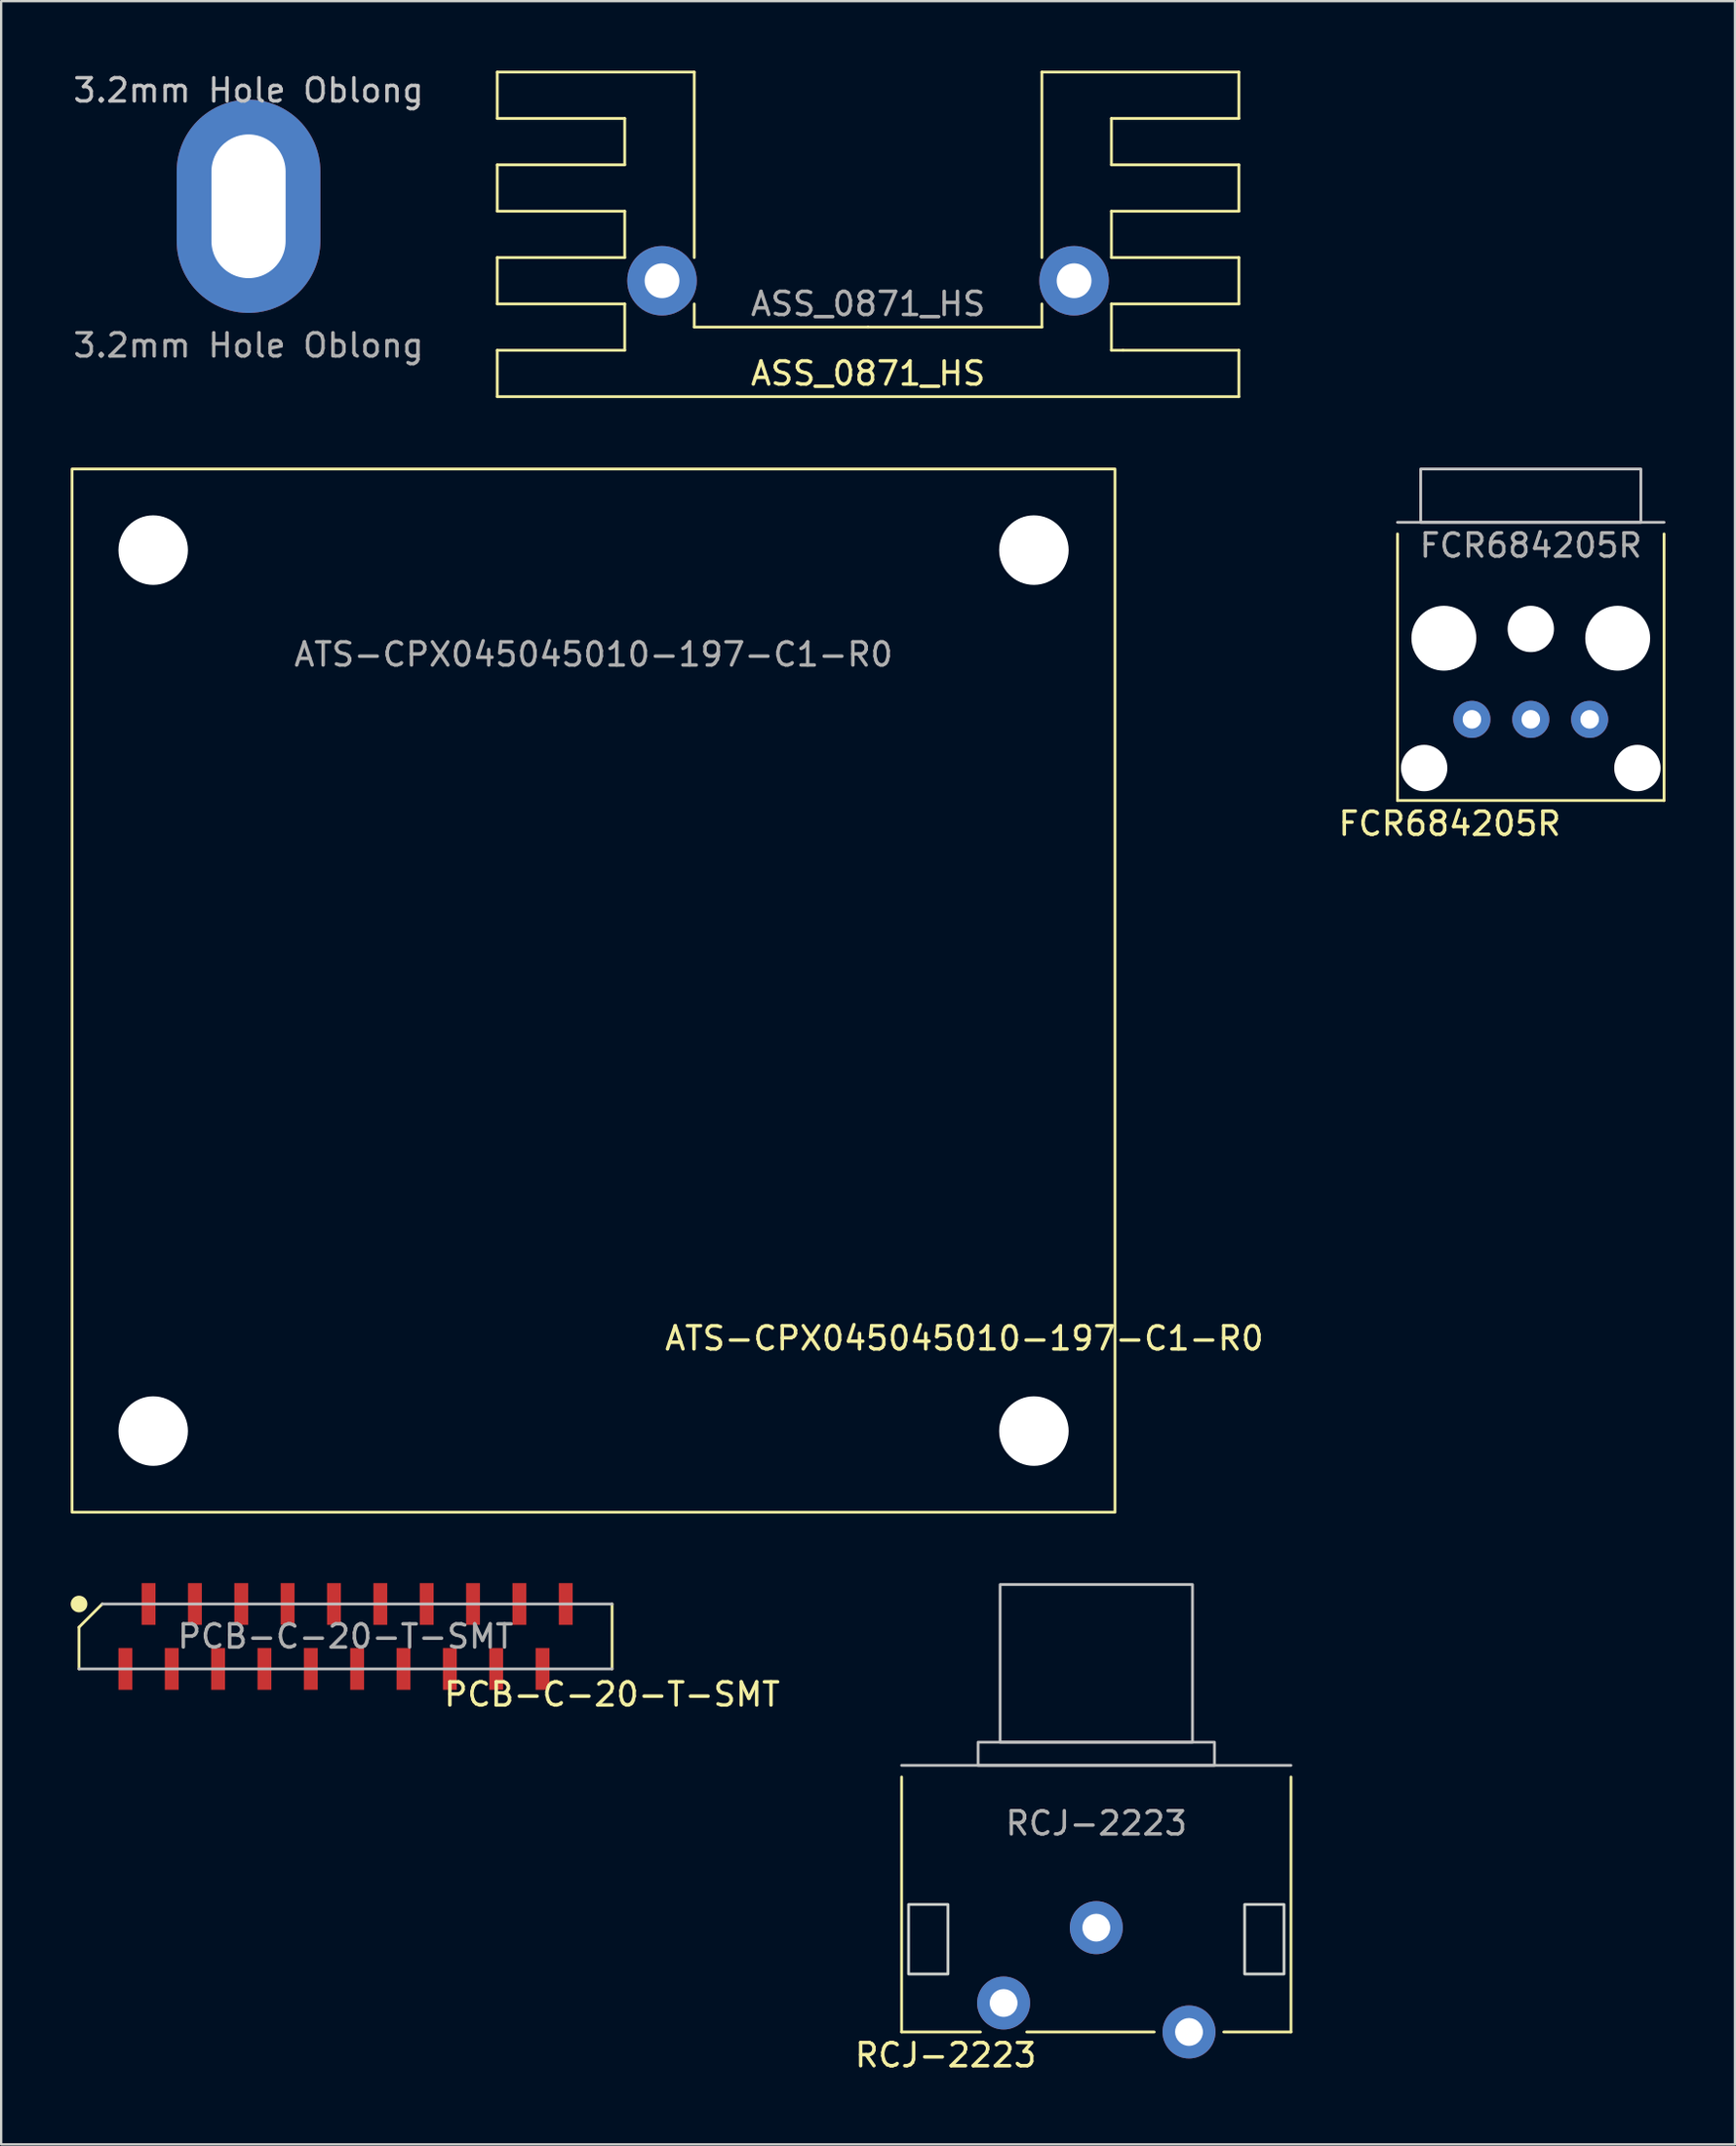
<source format=kicad_pcb>
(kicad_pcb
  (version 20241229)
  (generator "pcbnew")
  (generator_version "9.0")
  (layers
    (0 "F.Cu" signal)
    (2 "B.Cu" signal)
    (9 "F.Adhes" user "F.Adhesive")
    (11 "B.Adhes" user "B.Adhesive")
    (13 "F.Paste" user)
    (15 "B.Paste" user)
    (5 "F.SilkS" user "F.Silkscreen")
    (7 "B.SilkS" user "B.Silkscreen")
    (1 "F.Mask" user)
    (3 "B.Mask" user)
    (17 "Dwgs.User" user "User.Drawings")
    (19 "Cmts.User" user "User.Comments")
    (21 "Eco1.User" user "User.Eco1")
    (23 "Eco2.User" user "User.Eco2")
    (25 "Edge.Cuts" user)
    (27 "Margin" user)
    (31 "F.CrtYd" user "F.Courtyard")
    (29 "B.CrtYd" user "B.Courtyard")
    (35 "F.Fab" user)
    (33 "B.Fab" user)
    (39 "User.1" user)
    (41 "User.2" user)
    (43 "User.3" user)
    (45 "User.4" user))
  (footprint "ATS-CPX045045010-197-C1-R0"
    (layer "F.Cu")
    (at 22.56 39.68)
    (property "Reference" "ATS-CPX045045010-197-C1-R0" (at 16 15 0) (unlocked yes) (layer "F.SilkS") (effects (font (size 1 1) (thickness 0.15))))
    (fp_rect (start -22.5 -22.5) (end 22.5 22.5) (stroke (width 0.12) (type default)) (fill no) (layer "F.SilkS"))
    (fp_text user "${REFERENCE}" (at 0 -14.5 0) (unlocked yes) (layer "F.Fab") (effects (font (size 1 1) (thickness 0.15))))
    (pad "" np_thru_hole circle (at -19 -19) (size 3 3) (drill 3) (layers "*.Cu" "*.Mask"))
    (pad "" np_thru_hole circle (at -19 19) (size 3 3) (drill 3) (layers "*.Cu" "*.Mask"))
    (pad "" np_thru_hole circle (at 19 -19) (size 3 3) (drill 3) (layers "*.Cu" "*.Mask"))
    (pad "" np_thru_hole circle (at 19 19) (size 3 3) (drill 3) (layers "*.Cu" "*.Mask")))
  (footprint "PCB-C-20-T-SMT"
    (layer "F.Cu")
    (at 11.86 67.54)
    (property "Reference" "PCB-C-20-T-SMT" (at 11.5 2.5 0) (unlocked yes) (layer "F.SilkS") (effects (font (size 1 1) (thickness 0.15))))
    (attr smd)
    (fp_line (start -11.5 -1.4) (end -11.5 -1.4) (stroke (width 0.12) (type default)) (layer "F.SilkS"))
    (fp_line (start -11.5 -0.4) (end -10.5 -1.4) (stroke (width 0.12) (type default)) (layer "F.SilkS"))
    (fp_line (start -11.5 1.4) (end -11.5 -0.4) (stroke (width 0.12) (type default)) (layer "F.SilkS"))
    (fp_line (start 11.5 1.4) (end 11.5 -1.4) (stroke (width 0.12) (type default)) (layer "F.SilkS"))
    (fp_circle (center -11.5 -1.4) (end -11.2 -1.4) (stroke (width 0.12) (type solid)) (fill yes) (layer "F.SilkS"))
    (fp_line (start -11.5 1.4) (end 11.5 1.4) (stroke (width 0.12) (type default)) (layer "Dwgs.User"))
    (fp_line (start 11.5 -1.4) (end -10.5 -1.4) (stroke (width 0.12) (type default)) (layer "Dwgs.User"))
    (fp_text user "${REFERENCE}" (at 0 0 0) (unlocked yes) (layer "F.Fab") (effects (font (size 1 1) (thickness 0.15))))
    (pad "1" smd rect (at -9.5 1.4) (size 0.6 1.8) (layers "F.Cu" "F.Mask" "F.Paste"))
    (pad "2" smd rect (at -8.5 -1.4) (size 0.6 1.8) (layers "F.Cu" "F.Mask" "F.Paste"))
    (pad "3" smd rect (at -7.5 1.4) (size 0.6 1.8) (layers "F.Cu" "F.Mask" "F.Paste"))
    (pad "4" smd rect (at -6.5 -1.4) (size 0.6 1.8) (layers "F.Cu" "F.Mask" "F.Paste"))
    (pad "5" smd rect (at -5.5 1.4) (size 0.6 1.8) (layers "F.Cu" "F.Mask" "F.Paste"))
    (pad "6" smd rect (at -4.5 -1.4) (size 0.6 1.8) (layers "F.Cu" "F.Mask" "F.Paste"))
    (pad "7" smd rect (at -3.5 1.4) (size 0.6 1.8) (layers "F.Cu" "F.Mask" "F.Paste"))
    (pad "8" smd rect (at -2.5 -1.4) (size 0.6 1.8) (layers "F.Cu" "F.Mask" "F.Paste"))
    (pad "9" smd rect (at -1.5 1.4) (size 0.6 1.8) (layers "F.Cu" "F.Mask" "F.Paste"))
    (pad "10" smd rect (at -0.5 -1.4) (size 0.6 1.8) (layers "F.Cu" "F.Mask" "F.Paste"))
    (pad "11" smd rect (at 0.5 1.4) (size 0.6 1.8) (layers "F.Cu" "F.Mask" "F.Paste"))
    (pad "12" smd rect (at 1.5 -1.4) (size 0.6 1.8) (layers "F.Cu" "F.Mask" "F.Paste"))
    (pad "13" smd rect (at 2.5 1.4) (size 0.6 1.8) (layers "F.Cu" "F.Mask" "F.Paste"))
    (pad "14" smd rect (at 3.5 -1.4) (size 0.6 1.8) (layers "F.Cu" "F.Mask" "F.Paste"))
    (pad "15" smd rect (at 4.5 1.4) (size 0.6 1.8) (layers "F.Cu" "F.Mask" "F.Paste"))
    (pad "16" smd rect (at 5.5 -1.4) (size 0.6 1.8) (layers "F.Cu" "F.Mask" "F.Paste"))
    (pad "17" smd rect (at 6.5 1.4) (size 0.6 1.8) (layers "F.Cu" "F.Mask" "F.Paste"))
    (pad "18" smd rect (at 7.5 -1.4) (size 0.6 1.8) (layers "F.Cu" "F.Mask" "F.Paste"))
    (pad "19" smd rect (at 8.5 1.4) (size 0.6 1.8) (layers "F.Cu" "F.Mask" "F.Paste"))
    (pad "20" smd rect (at 9.5 -1.4) (size 0.6 1.8) (layers "F.Cu" "F.Mask" "F.Paste")))
  (footprint "FCR684205R"
    (layer "F.Cu")
    (at 63 19.48)
    (property "Reference" "FCR684205R" (at -3.5 13 0) (unlocked yes) (layer "F.SilkS") (effects (font (size 1 1) (thickness 0.15))))
    (attr through_hole)
    (fp_line (start -5.75 0.5) (end -5.75 12) (stroke (width 0.12) (type default)) (layer "F.SilkS"))
    (fp_line (start -5.75 12) (end 5.75 12) (stroke (width 0.12) (type default)) (layer "F.SilkS"))
    (fp_line (start 5.75 12) (end 5.75 0.5) (stroke (width 0.12) (type default)) (layer "F.SilkS"))
    (fp_line (start 5.75 0) (end -5.75 0) (stroke (width 0.12) (type default)) (layer "Dwgs.User"))
    (fp_rect (start -4.75 -2.3) (end 4.75 0) (stroke (width 0.12) (type default)) (fill no) (layer "Dwgs.User"))
    (fp_text user "${REFERENCE}" (at 0 1 0) (unlocked yes) (layer "F.Fab") (effects (font (size 1 1) (thickness 0.15))))
    (pad "" np_thru_hole circle (at -4.6 10.6) (size 2 2) (drill 2) (layers "*.Cu" "*.Mask"))
    (pad "" np_thru_hole circle (at -3.75 5) (size 2.8 2.8) (drill 2.8) (layers "*.Cu" "*.Mask"))
    (pad "" np_thru_hole circle (at 0 4.6) (size 2 2) (drill 2) (layers "*.Cu" "*.Mask"))
    (pad "" np_thru_hole circle (at 3.75 5) (size 2.8 2.8) (drill 2.8) (layers "*.Cu" "*.Mask"))
    (pad "" np_thru_hole circle (at 4.6 10.6) (size 2 2) (drill 2) (layers "*.Cu" "*.Mask"))
    (pad "1" thru_hole circle (at -2.54 8.5) (size 1.6 1.6) (drill 0.8) (layers "*.Cu" "*.Mask"))
    (pad "2" thru_hole circle (at 0 8.5) (size 1.6 1.6) (drill 0.8) (layers "*.Cu" "*.Mask"))
    (pad "3" thru_hole circle (at 2.54 8.5 90) (size 1.6 1.6) (drill 0.8) (layers "*.Cu" "*.Mask")))
  (footprint "3.2mm Hole Oblong"
    (layer "F.Cu")
    (at 7.673 5.848)
    (property "Reference" "3.2mm Hole Oblong" (at 0 -5 0) (unlocked yes) (layer "Dwgs.User") (effects (font (size 1 1) (thickness 0.15))))
    (attr through_hole)
    (fp_text user "${REFERENCE}" (at 0 6 0) (unlocked yes) (layer "F.Fab") (effects (font (size 1 1) (thickness 0.15))))
    (pad "1" thru_hole oval (at 0 0) (size 6.2 9.2) (drill oval 3.2 6.2) (layers "*.Cu" "*.Mask")))
  (footprint "RCJ-2223"
    (layer "F.Cu")
    (at 44.253 73.1)
    (property "Reference" "RCJ-2223" (at -6.5 12.5 0) (unlocked yes) (layer "F.SilkS") (effects (font (size 1 1) (thickness 0.15))))
    (attr through_hole)
    (fp_line (start -8.4 0.5) (end -8.4 11.5) (stroke (width 0.12) (type default)) (layer "F.SilkS"))
    (fp_line (start -8.4 11.5) (end -5 11.5) (stroke (width 0.12) (type default)) (layer "F.SilkS"))
    (fp_line (start -3 11.5) (end 2.5 11.5) (stroke (width 0.12) (type default)) (layer "F.SilkS"))
    (fp_line (start 5.5 11.5) (end 8.4 11.5) (stroke (width 0.12) (type default)) (layer "F.SilkS"))
    (fp_line (start 8.4 11.5) (end 8.4 0.5) (stroke (width 0.12) (type default)) (layer "F.SilkS"))
    (fp_line (start -8.4 0) (end 8.4 0) (stroke (width 0.12) (type default)) (layer "Dwgs.User"))
    (fp_rect (start -5.1 -1) (end 5.1 0) (stroke (width 0.12) (type default)) (fill no) (layer "Dwgs.User"))
    (fp_rect (start -4.15 -7.8) (end 4.15 -1) (stroke (width 0.12) (type default)) (fill no) (layer "Dwgs.User"))
    (fp_rect (start -8.1 6) (end -6.4 9) (stroke (width 0.12) (type default)) (fill no) (layer "Edge.Cuts"))
    (fp_rect (start 8.1 6) (end 6.4 9) (stroke (width 0.12) (type default)) (fill no) (layer "Edge.Cuts"))
    (fp_text user "${REFERENCE}" (at 0 2.5 0) (unlocked yes) (layer "F.Fab") (effects (font (size 1 1) (thickness 0.15))))
    (pad "1" thru_hole circle (at 0 7) (size 2.286 2.286) (drill 1.2) (layers "*.Cu" "*.Mask"))
    (pad "2" thru_hole circle (at -4 10.25) (size 2.286 2.286) (drill 1.2) (layers "*.Cu" "*.Mask"))
    (pad "3" thru_hole circle (at 4 11.5) (size 2.286 2.286) (drill 1.2) (layers "*.Cu" "*.Mask")))
  (footprint "ASS_0871_HS"
    (layer "F.Cu")
    (at 34.405 11.06)
    (property "Reference" "ASS_0871_HS" (at 0 2 0) (unlocked yes) (layer "F.SilkS") (effects (font (size 1 1) (thickness 0.15))))
    (fp_line (start -16 -9) (end -16 -11) (stroke (width 0.12) (type default)) (layer "F.SilkS"))
    (fp_line (start -16 -7) (end -10.5 -7) (stroke (width 0.12) (type default)) (layer "F.SilkS"))
    (fp_line (start -16 -5) (end -16 -7) (stroke (width 0.12) (type default)) (layer "F.SilkS"))
    (fp_line (start -16 -3) (end -10.5 -3) (stroke (width 0.12) (type default)) (layer "F.SilkS"))
    (fp_line (start -16 -1) (end -16 -3) (stroke (width 0.12) (type default)) (layer "F.SilkS"))
    (fp_line (start -16 1) (end -10.5 1) (stroke (width 0.12) (type default)) (layer "F.SilkS"))
    (fp_line (start -16 3) (end -16 1) (stroke (width 0.12) (type default)) (layer "F.SilkS"))
    (fp_line (start -16 3) (end 16 3) (stroke (width 0.12) (type default)) (layer "F.SilkS"))
    (fp_line (start -10.5 -9) (end -16 -9) (stroke (width 0.12) (type default)) (layer "F.SilkS"))
    (fp_line (start -10.5 -7) (end -10.5 -9) (stroke (width 0.12) (type default)) (layer "F.SilkS"))
    (fp_line (start -10.5 -5) (end -16 -5) (stroke (width 0.12) (type default)) (layer "F.SilkS"))
    (fp_line (start -10.5 -3) (end -10.5 -5) (stroke (width 0.12) (type default)) (layer "F.SilkS"))
    (fp_line (start -10.5 -1) (end -16 -1) (stroke (width 0.12) (type default)) (layer "F.SilkS"))
    (fp_line (start -10.5 1) (end -10.5 -1) (stroke (width 0.12) (type default)) (layer "F.SilkS"))
    (fp_line (start -7.5 -11) (end -16 -11) (stroke (width 0.12) (type default)) (layer "F.SilkS"))
    (fp_line (start -7.5 -3) (end -7.5 -11) (stroke (width 0.12) (type default)) (layer "F.SilkS"))
    (fp_line (start -7.5 0) (end -7.5 -1) (stroke (width 0.12) (type default)) (layer "F.SilkS"))
    (fp_line (start 0 0) (end -7.5 0) (stroke (width 0.12) (type default)) (layer "F.SilkS"))
    (fp_line (start 0 0) (end 7.5 0) (stroke (width 0.12) (type default)) (layer "F.SilkS"))
    (fp_line (start 7.5 -11) (end 7.5 -3) (stroke (width 0.12) (type default)) (layer "F.SilkS"))
    (fp_line (start 7.5 -11) (end 16 -11) (stroke (width 0.12) (type default)) (layer "F.SilkS"))
    (fp_line (start 7.5 0) (end 7.5 -1) (stroke (width 0.12) (type default)) (layer "F.SilkS"))
    (fp_line (start 10.5 -9) (end 16 -9) (stroke (width 0.12) (type default)) (layer "F.SilkS"))
    (fp_line (start 10.5 -7) (end 10.5 -9) (stroke (width 0.12) (type default)) (layer "F.SilkS"))
    (fp_line (start 10.5 -5) (end 16 -5) (stroke (width 0.12) (type default)) (layer "F.SilkS"))
    (fp_line (start 10.5 -3) (end 10.5 -5) (stroke (width 0.12) (type default)) (layer "F.SilkS"))
    (fp_line (start 10.5 -1) (end 16 -1) (stroke (width 0.12) (type default)) (layer "F.SilkS"))
    (fp_line (start 10.5 1) (end 10.5 -1) (stroke (width 0.12) (type default)) (layer "F.SilkS"))
    (fp_line (start 11 1) (end 10.5 1) (stroke (width 0.12) (type default)) (layer "F.SilkS"))
    (fp_line (start 16 -9) (end 16 -11) (stroke (width 0.12) (type default)) (layer "F.SilkS"))
    (fp_line (start 16 -7) (end 10.5 -7) (stroke (width 0.12) (type default)) (layer "F.SilkS"))
    (fp_line (start 16 -5) (end 16 -7) (stroke (width 0.12) (type default)) (layer "F.SilkS"))
    (fp_line (start 16 -3) (end 10.5 -3) (stroke (width 0.12) (type default)) (layer "F.SilkS"))
    (fp_line (start 16 -1) (end 16 -3) (stroke (width 0.12) (type default)) (layer "F.SilkS"))
    (fp_line (start 16 1) (end 11 1) (stroke (width 0.12) (type default)) (layer "F.SilkS"))
    (fp_line (start 16 3) (end 16 1) (stroke (width 0.12) (type default)) (layer "F.SilkS"))
    (fp_text user "${REFERENCE}" (at 0 -1 0) (unlocked yes) (layer "F.Fab") (effects (font (size 1 1) (thickness 0.15))))
    (pad "" np_thru_hole circle (at -8.89 -2) (size 3 3) (drill 1.5) (layers "*.Cu" "*.Mask"))
    (pad "" np_thru_hole circle (at 8.89 -2) (size 3 3) (drill 1.5) (layers "*.Cu" "*.Mask")))
  (gr_rect
    (start -3 -3)
    (end 71.81 89.448)
    (stroke (width 0.1) (type default))
    (fill no)
    (layer "Edge.Cuts")))
</source>
